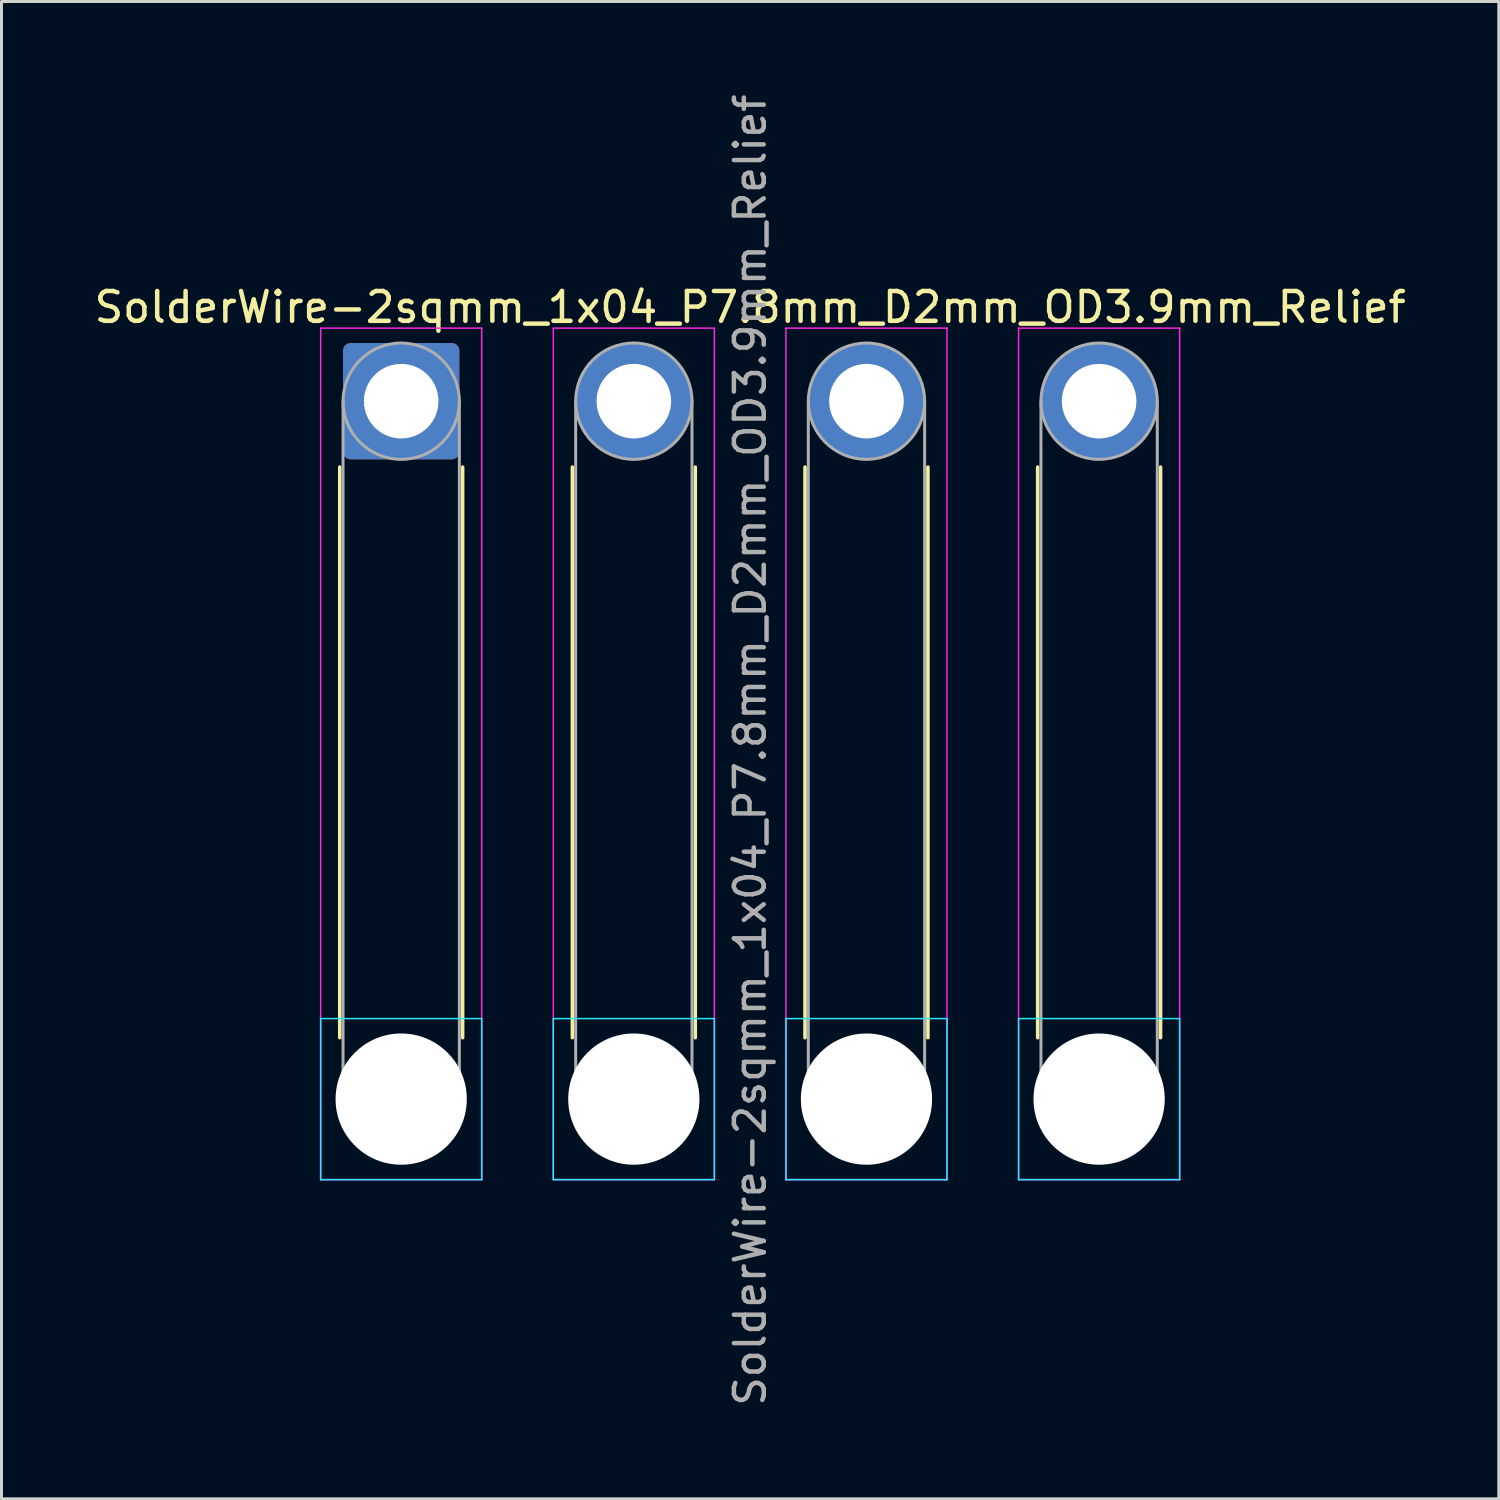
<source format=kicad_pcb>
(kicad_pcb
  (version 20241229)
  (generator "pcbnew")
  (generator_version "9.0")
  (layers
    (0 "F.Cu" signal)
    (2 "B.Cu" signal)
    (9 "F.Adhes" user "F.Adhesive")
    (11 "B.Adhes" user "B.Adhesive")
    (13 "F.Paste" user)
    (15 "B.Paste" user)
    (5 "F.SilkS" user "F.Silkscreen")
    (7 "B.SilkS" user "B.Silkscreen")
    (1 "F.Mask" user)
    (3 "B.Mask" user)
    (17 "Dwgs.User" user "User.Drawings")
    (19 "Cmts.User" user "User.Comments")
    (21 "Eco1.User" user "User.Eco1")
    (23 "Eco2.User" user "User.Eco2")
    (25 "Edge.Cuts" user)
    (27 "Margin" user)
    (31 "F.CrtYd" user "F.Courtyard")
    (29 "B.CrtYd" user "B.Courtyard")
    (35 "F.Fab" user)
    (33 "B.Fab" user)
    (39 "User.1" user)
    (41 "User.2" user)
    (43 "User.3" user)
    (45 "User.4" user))
  (footprint "SolderWire-2sqmm_1x04_P7.8mm_D2mm_OD3.9mm_Relief"
    (layer "F.Cu")
    (at 10.401 10.401)
    (property "Reference" "SolderWire-2sqmm_1x04_P7.8mm_D2mm_OD3.9mm_Relief" (at 11.7 -3.15 0) (layer "F.SilkS") (effects (font (size 1 1) (thickness 0.15))))
    (attr exclude_from_pos_files exclude_from_bom)
    (fp_line (start -2.06 2.21) (end -2.06 21.34) (stroke (width 0.12) (type solid)) (layer "F.SilkS"))
    (fp_line (start 2.06 2.21) (end 2.06 21.34) (stroke (width 0.12) (type solid)) (layer "F.SilkS"))
    (fp_line (start 5.74 2.21) (end 5.74 21.34) (stroke (width 0.12) (type solid)) (layer "F.SilkS"))
    (fp_line (start 9.86 2.21) (end 9.86 21.34) (stroke (width 0.12) (type solid)) (layer "F.SilkS"))
    (fp_line (start 13.54 2.21) (end 13.54 21.34) (stroke (width 0.12) (type solid)) (layer "F.SilkS"))
    (fp_line (start 17.66 2.21) (end 17.66 21.34) (stroke (width 0.12) (type solid)) (layer "F.SilkS"))
    (fp_line (start 21.34 2.21) (end 21.34 21.34) (stroke (width 0.12) (type solid)) (layer "F.SilkS"))
    (fp_line (start 25.46 2.21) (end 25.46 21.34) (stroke (width 0.12) (type solid)) (layer "F.SilkS"))
    (fp_line (start -2.7 20.7) (end -2.7 26.1) (stroke (width 0.05) (type solid)) (layer "B.CrtYd"))
    (fp_line (start -2.7 26.1) (end 2.7 26.1) (stroke (width 0.05) (type solid)) (layer "B.CrtYd"))
    (fp_line (start 2.7 20.7) (end -2.7 20.7) (stroke (width 0.05) (type solid)) (layer "B.CrtYd"))
    (fp_line (start 2.7 26.1) (end 2.7 20.7) (stroke (width 0.05) (type solid)) (layer "B.CrtYd"))
    (fp_line (start 5.1 20.7) (end 5.1 26.1) (stroke (width 0.05) (type solid)) (layer "B.CrtYd"))
    (fp_line (start 5.1 26.1) (end 10.5 26.1) (stroke (width 0.05) (type solid)) (layer "B.CrtYd"))
    (fp_line (start 10.5 20.7) (end 5.1 20.7) (stroke (width 0.05) (type solid)) (layer "B.CrtYd"))
    (fp_line (start 10.5 26.1) (end 10.5 20.7) (stroke (width 0.05) (type solid)) (layer "B.CrtYd"))
    (fp_line (start 12.9 20.7) (end 12.9 26.1) (stroke (width 0.05) (type solid)) (layer "B.CrtYd"))
    (fp_line (start 12.9 26.1) (end 18.3 26.1) (stroke (width 0.05) (type solid)) (layer "B.CrtYd"))
    (fp_line (start 18.3 20.7) (end 12.9 20.7) (stroke (width 0.05) (type solid)) (layer "B.CrtYd"))
    (fp_line (start 18.3 26.1) (end 18.3 20.7) (stroke (width 0.05) (type solid)) (layer "B.CrtYd"))
    (fp_line (start 20.7 20.7) (end 20.7 26.1) (stroke (width 0.05) (type solid)) (layer "B.CrtYd"))
    (fp_line (start 20.7 26.1) (end 26.1 26.1) (stroke (width 0.05) (type solid)) (layer "B.CrtYd"))
    (fp_line (start 26.1 20.7) (end 20.7 20.7) (stroke (width 0.05) (type solid)) (layer "B.CrtYd"))
    (fp_line (start 26.1 26.1) (end 26.1 20.7) (stroke (width 0.05) (type solid)) (layer "B.CrtYd"))
    (fp_line (start -2.7 -2.45) (end -2.7 26.1) (stroke (width 0.05) (type solid)) (layer "F.CrtYd"))
    (fp_line (start -2.7 26.1) (end 2.7 26.1) (stroke (width 0.05) (type solid)) (layer "F.CrtYd"))
    (fp_line (start 2.7 -2.45) (end -2.7 -2.45) (stroke (width 0.05) (type solid)) (layer "F.CrtYd"))
    (fp_line (start 2.7 26.1) (end 2.7 -2.45) (stroke (width 0.05) (type solid)) (layer "F.CrtYd"))
    (fp_line (start 5.1 -2.45) (end 5.1 26.1) (stroke (width 0.05) (type solid)) (layer "F.CrtYd"))
    (fp_line (start 5.1 26.1) (end 10.5 26.1) (stroke (width 0.05) (type solid)) (layer "F.CrtYd"))
    (fp_line (start 10.5 -2.45) (end 5.1 -2.45) (stroke (width 0.05) (type solid)) (layer "F.CrtYd"))
    (fp_line (start 10.5 26.1) (end 10.5 -2.45) (stroke (width 0.05) (type solid)) (layer "F.CrtYd"))
    (fp_line (start 12.9 -2.45) (end 12.9 26.1) (stroke (width 0.05) (type solid)) (layer "F.CrtYd"))
    (fp_line (start 12.9 26.1) (end 18.3 26.1) (stroke (width 0.05) (type solid)) (layer "F.CrtYd"))
    (fp_line (start 18.3 -2.45) (end 12.9 -2.45) (stroke (width 0.05) (type solid)) (layer "F.CrtYd"))
    (fp_line (start 18.3 26.1) (end 18.3 -2.45) (stroke (width 0.05) (type solid)) (layer "F.CrtYd"))
    (fp_line (start 20.7 -2.45) (end 20.7 26.1) (stroke (width 0.05) (type solid)) (layer "F.CrtYd"))
    (fp_line (start 20.7 26.1) (end 26.1 26.1) (stroke (width 0.05) (type solid)) (layer "F.CrtYd"))
    (fp_line (start 26.1 -2.45) (end 20.7 -2.45) (stroke (width 0.05) (type solid)) (layer "F.CrtYd"))
    (fp_line (start 26.1 26.1) (end 26.1 -2.45) (stroke (width 0.05) (type solid)) (layer "F.CrtYd"))
    (fp_line (start -1.95 0) (end -1.95 23.4) (stroke (width 0.1) (type solid)) (layer "F.Fab"))
    (fp_line (start 1.95 0) (end 1.95 23.4) (stroke (width 0.1) (type solid)) (layer "F.Fab"))
    (fp_line (start 5.85 0) (end 5.85 23.4) (stroke (width 0.1) (type solid)) (layer "F.Fab"))
    (fp_line (start 9.75 0) (end 9.75 23.4) (stroke (width 0.1) (type solid)) (layer "F.Fab"))
    (fp_line (start 13.65 0) (end 13.65 23.4) (stroke (width 0.1) (type solid)) (layer "F.Fab"))
    (fp_line (start 17.55 0) (end 17.55 23.4) (stroke (width 0.1) (type solid)) (layer "F.Fab"))
    (fp_line (start 21.45 0) (end 21.45 23.4) (stroke (width 0.1) (type solid)) (layer "F.Fab"))
    (fp_line (start 25.35 0) (end 25.35 23.4) (stroke (width 0.1) (type solid)) (layer "F.Fab"))
    (fp_circle (center 0 0) (end 1.95 0) (stroke (width 0.1) (type solid)) (fill no) (layer "F.Fab"))
    (fp_circle (center 0 23.4) (end 1.95 23.4) (stroke (width 0.1) (type solid)) (fill no) (layer "F.Fab"))
    (fp_circle (center 7.8 0) (end 9.75 0) (stroke (width 0.1) (type solid)) (fill no) (layer "F.Fab"))
    (fp_circle (center 7.8 23.4) (end 9.75 23.4) (stroke (width 0.1) (type solid)) (fill no) (layer "F.Fab"))
    (fp_circle (center 15.6 0) (end 17.55 0) (stroke (width 0.1) (type solid)) (fill no) (layer "F.Fab"))
    (fp_circle (center 15.6 23.4) (end 17.55 23.4) (stroke (width 0.1) (type solid)) (fill no) (layer "F.Fab"))
    (fp_circle (center 23.4 0) (end 25.35 0) (stroke (width 0.1) (type solid)) (fill no) (layer "F.Fab"))
    (fp_circle (center 23.4 23.4) (end 25.35 23.4) (stroke (width 0.1) (type solid)) (fill no) (layer "F.Fab"))
    (fp_text user "${REFERENCE}" (at 11.7 11.7 90) (layer "F.Fab") (effects (font (size 1 1) (thickness 0.15))))
    (pad "" np_thru_hole circle (at 0 23.4) (size 4.4 4.4) (drill 4.4) (layers "*.Cu" "*.Mask"))
    (pad "" np_thru_hole circle (at 7.8 23.4) (size 4.4 4.4) (drill 4.4) (layers "*.Cu" "*.Mask"))
    (pad "" np_thru_hole circle (at 15.6 23.4) (size 4.4 4.4) (drill 4.4) (layers "*.Cu" "*.Mask"))
    (pad "" np_thru_hole circle (at 23.4 23.4) (size 4.4 4.4) (drill 4.4) (layers "*.Cu" "*.Mask"))
    (pad "1" thru_hole roundrect (at 0 0) (size 3.9 3.9) (drill 2.5) (layers "*.Cu" "*.Mask") (roundrect_rratio 0.064))
    (pad "2" thru_hole circle (at 7.8 0) (size 3.9 3.9) (drill 2.5) (layers "*.Cu" "*.Mask"))
    (pad "3" thru_hole circle (at 15.6 0) (size 3.9 3.9) (drill 2.5) (layers "*.Cu" "*.Mask"))
    (pad "4" thru_hole circle (at 23.4 0) (size 3.9 3.9) (drill 2.5) (layers "*.Cu" "*.Mask")))
  (gr_rect
    (start -3 -3)
    (end 47.202 47.202)
    (stroke (width 0.1) (type default))
    (fill no)
    (layer "Edge.Cuts")))
</source>
